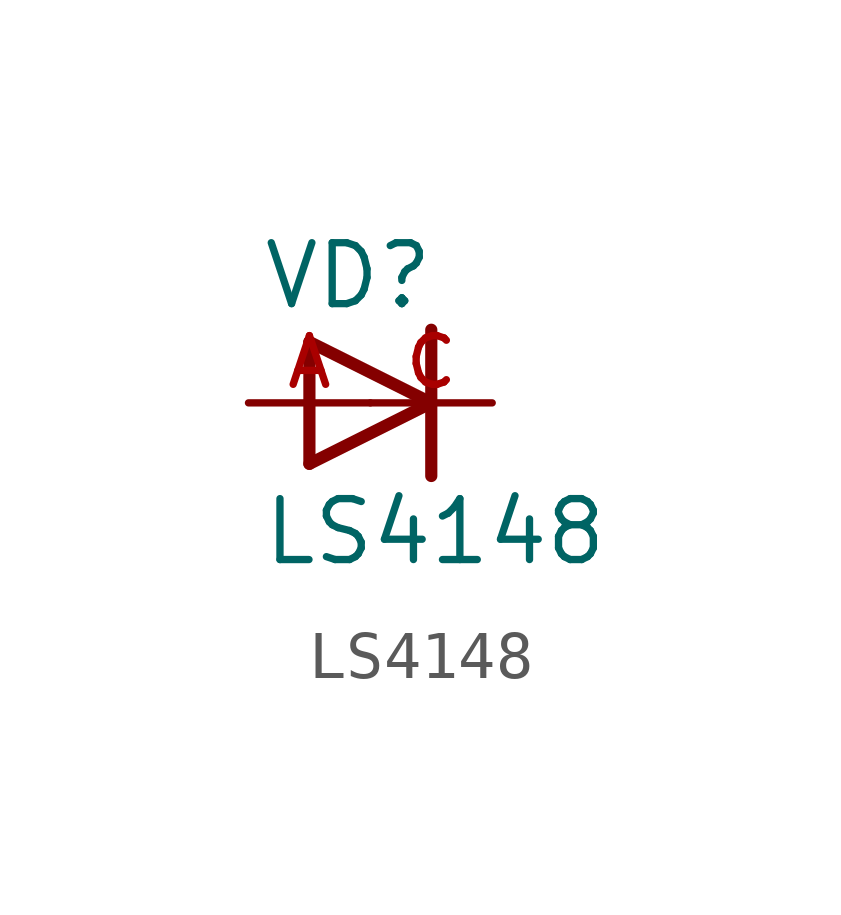
<source format=kicad_sym>
(kicad_symbol_lib
  (version 20211014)
  (generator kicad_symbol_editor)
  (symbol "LS4148"
    (pin_names
      (offset 1.016))
    (property "Reference" "VD"
      (at -2.286 1.905 0)
      (effects (font (size 1.27 1.27)) (justify bottom left)))
    (property "Value" "LS4148"
      (at -2.286 -3.429 0)
      (effects (font (size 1.27 1.27)) (justify bottom left)))
    (symbol "LS4148_0_0"
      (polyline (pts (xy -1.27 -1.27) (xy 1.27 0.0)) (stroke (width 0.254)))
      (polyline (pts (xy 1.27 0.0) (xy -1.27 1.27)) (stroke (width 0.254)))
      (polyline (pts (xy 1.27 1.524) (xy 1.27 0.0)) (stroke (width 0.254)))
      (polyline (pts (xy -1.27 1.27) (xy -1.27 -1.27)) (stroke (width 0.254)))
      (polyline (pts (xy 1.27 0.0) (xy 1.27 -1.524)) (stroke (width 0.254)))
      (pin passive line (at -2.54 0.0 0) (length 2.54) (name "~" (effects (font (size 1.016 1.016)))) (number "A" (effects (font (size 1.016 1.016)))))
      (pin passive line (at 2.54 0.0 180.0) (length 2.54) (name "~" (effects (font (size 1.016 1.016)))) (number "C" (effects (font (size 1.016 1.016))))))))
</source>
